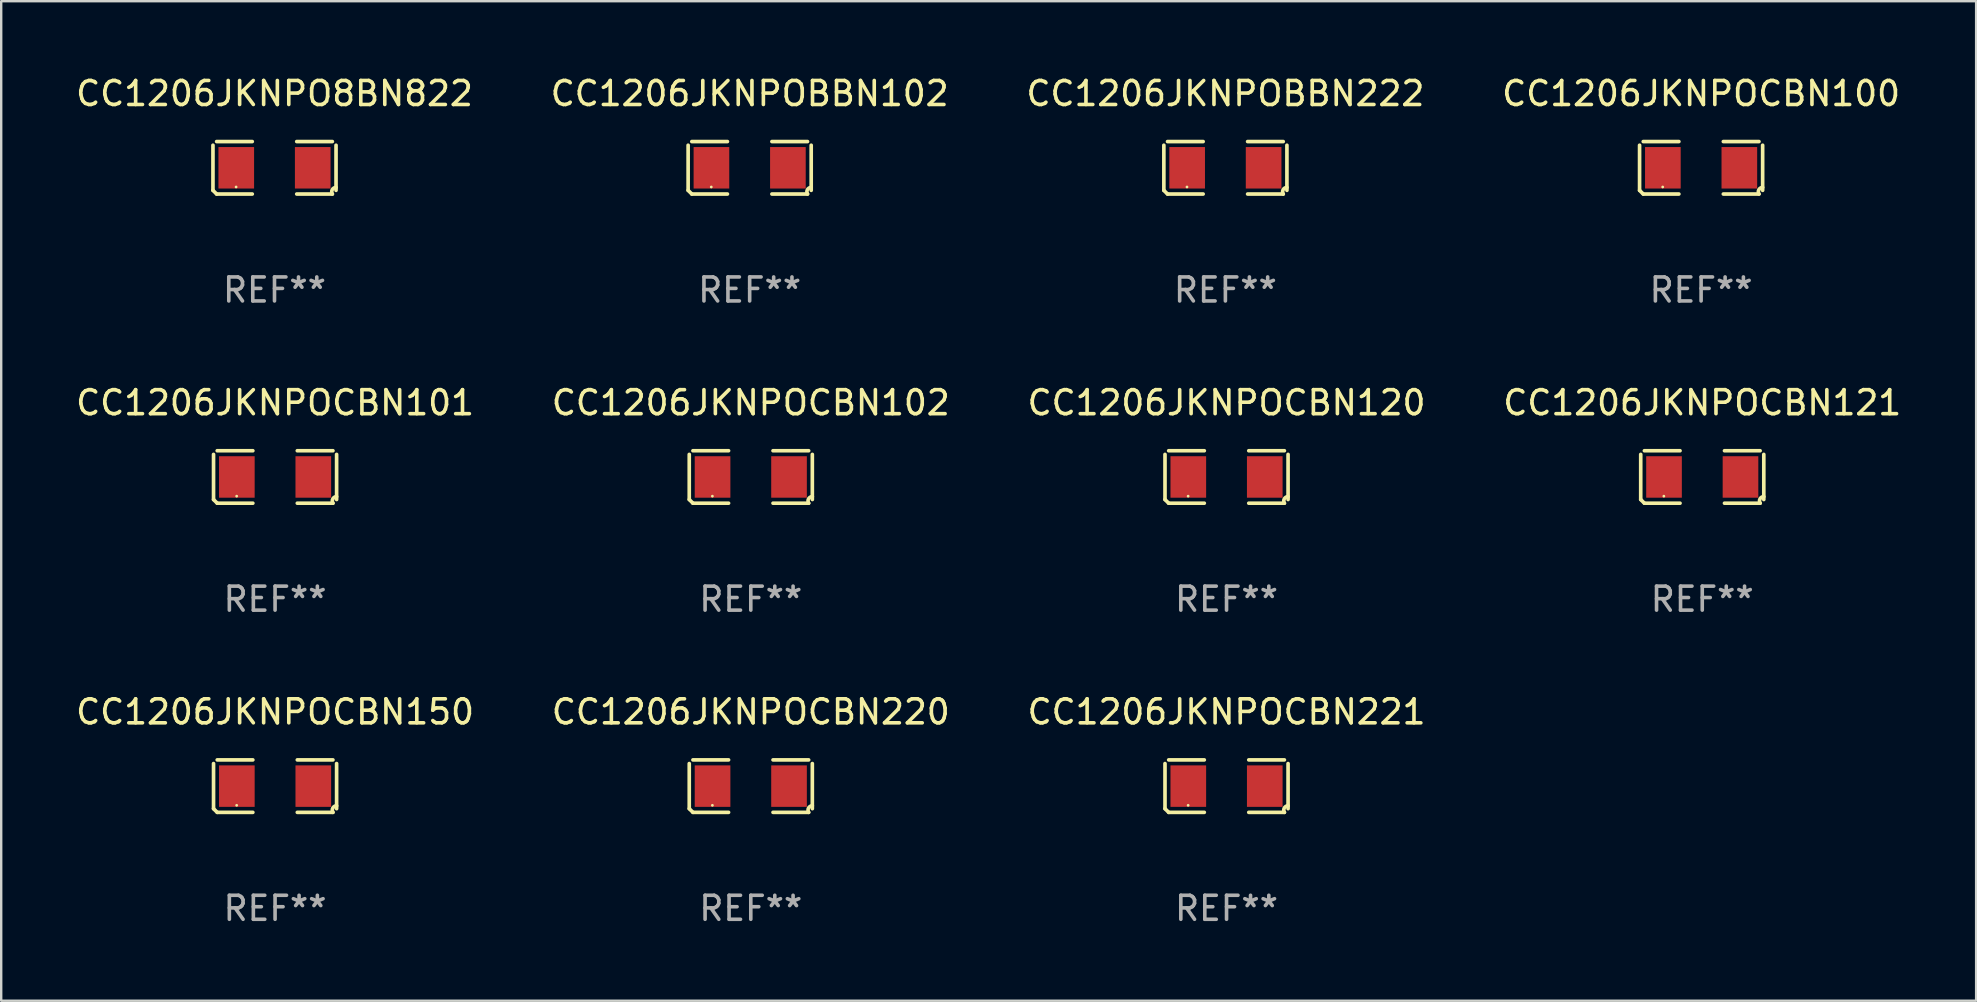
<source format=kicad_pcb>
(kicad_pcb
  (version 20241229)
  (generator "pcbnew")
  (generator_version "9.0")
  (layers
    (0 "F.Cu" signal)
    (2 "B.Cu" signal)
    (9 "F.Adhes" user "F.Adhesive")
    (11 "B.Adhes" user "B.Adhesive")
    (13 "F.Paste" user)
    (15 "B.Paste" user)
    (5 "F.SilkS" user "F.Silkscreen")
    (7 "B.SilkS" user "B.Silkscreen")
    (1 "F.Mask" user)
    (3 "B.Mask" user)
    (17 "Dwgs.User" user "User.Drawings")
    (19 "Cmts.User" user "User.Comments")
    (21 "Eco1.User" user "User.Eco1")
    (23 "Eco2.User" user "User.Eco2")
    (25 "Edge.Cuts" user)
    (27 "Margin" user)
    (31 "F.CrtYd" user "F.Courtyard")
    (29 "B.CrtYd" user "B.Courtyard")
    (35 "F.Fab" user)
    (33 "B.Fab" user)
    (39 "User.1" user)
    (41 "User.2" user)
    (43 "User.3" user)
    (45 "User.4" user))
  (footprint "CC1206JKNPOCBN150"
    (layer "F.Cu")
    (at 8.411 29.704)
    (property "Reference" "CC1206JKNPOCBN150" (at 0 -3.093 0) (layer "F.SilkS") (effects (font (size 1 1) (thickness 0.15))))
    (attr through_hole)
    (fp_line (start -2.564 0.94) (end -2.564 -0.94) (stroke (width 0.152) (type solid)) (layer "F.SilkS"))
    (fp_line (start -2.411 -1.093) (end -0.926 -1.093) (stroke (width 0.152) (type solid)) (layer "F.SilkS"))
    (fp_line (start -0.926 1.093) (end -2.411 1.093) (stroke (width 0.152) (type solid)) (layer "F.SilkS"))
    (fp_line (start 0.926 1.093) (end 2.411 1.093) (stroke (width 0.152) (type solid)) (layer "F.SilkS"))
    (fp_line (start 2.411 -1.093) (end 0.926 -1.093) (stroke (width 0.152) (type solid)) (layer "F.SilkS"))
    (fp_line (start 2.564 0.94) (end 2.564 -0.94) (stroke (width 0.152) (type solid)) (layer "F.SilkS"))
    (fp_arc (start -2.411201 1.092609) (mid -2.487413 1.01642) (end -2.563602 0.940208) (stroke (width 0.1524) (type solid)) (layer "F.SilkS"))
    (fp_arc (start 2.411201 1.092609) (mid 2.407159 0.911226) (end 2.563602 0.819347) (stroke (width 0.1524) (type solid)) (layer "F.SilkS"))
    (fp_circle (center -1.6 0.8) (end -1.57 0.8) (stroke (width 0.06) (type solid)) (fill no) (layer "F.SilkS"))
    (fp_text user "REF**" (at 0 5.093 0) (layer "F.Fab") (effects (font (size 1 1) (thickness 0.15))))
    (pad "1" smd rect (at -1.593 0) (size 1.485 1.728) (layers "F.Cu" "F.Mask" "F.Paste"))
    (pad "2" smd rect (at 1.593 0) (size 1.485 1.728) (layers "F.Cu" "F.Mask" "F.Paste")))
  (footprint "CC1206JKNPOCBN220"
    (layer "F.Cu")
    (at 28.232 29.704)
    (property "Reference" "CC1206JKNPOCBN220" (at 0 -3.093 0) (layer "F.SilkS") (effects (font (size 1 1) (thickness 0.15))))
    (attr through_hole)
    (fp_line (start -2.564 0.94) (end -2.564 -0.94) (stroke (width 0.152) (type solid)) (layer "F.SilkS"))
    (fp_line (start -2.411 -1.093) (end -0.926 -1.093) (stroke (width 0.152) (type solid)) (layer "F.SilkS"))
    (fp_line (start -0.926 1.093) (end -2.411 1.093) (stroke (width 0.152) (type solid)) (layer "F.SilkS"))
    (fp_line (start 0.926 1.093) (end 2.411 1.093) (stroke (width 0.152) (type solid)) (layer "F.SilkS"))
    (fp_line (start 2.411 -1.093) (end 0.926 -1.093) (stroke (width 0.152) (type solid)) (layer "F.SilkS"))
    (fp_line (start 2.564 0.94) (end 2.564 -0.94) (stroke (width 0.152) (type solid)) (layer "F.SilkS"))
    (fp_arc (start -2.411201 1.092609) (mid -2.487413 1.01642) (end -2.563602 0.940208) (stroke (width 0.1524) (type solid)) (layer "F.SilkS"))
    (fp_arc (start 2.411201 1.092609) (mid 2.407159 0.911226) (end 2.563602 0.819347) (stroke (width 0.1524) (type solid)) (layer "F.SilkS"))
    (fp_circle (center -1.6 0.8) (end -1.57 0.8) (stroke (width 0.06) (type solid)) (fill no) (layer "F.SilkS"))
    (fp_text user "REF**" (at 0 5.093 0) (layer "F.Fab") (effects (font (size 1 1) (thickness 0.15))))
    (pad "1" smd rect (at -1.593 0) (size 1.485 1.728) (layers "F.Cu" "F.Mask" "F.Paste"))
    (pad "2" smd rect (at 1.593 0) (size 1.485 1.728) (layers "F.Cu" "F.Mask" "F.Paste")))
  (footprint "CC1206JKNPO8BN822"
    (layer "F.Cu")
    (at 8.387 3.941)
    (property "Reference" "CC1206JKNPO8BN822" (at 0 -3.093 0) (layer "F.SilkS") (effects (font (size 1 1) (thickness 0.15))))
    (attr through_hole)
    (fp_line (start -2.564 0.94) (end -2.564 -0.94) (stroke (width 0.152) (type solid)) (layer "F.SilkS"))
    (fp_line (start -2.411 -1.093) (end -0.926 -1.093) (stroke (width 0.152) (type solid)) (layer "F.SilkS"))
    (fp_line (start -0.926 1.093) (end -2.411 1.093) (stroke (width 0.152) (type solid)) (layer "F.SilkS"))
    (fp_line (start 0.926 1.093) (end 2.411 1.093) (stroke (width 0.152) (type solid)) (layer "F.SilkS"))
    (fp_line (start 2.411 -1.093) (end 0.926 -1.093) (stroke (width 0.152) (type solid)) (layer "F.SilkS"))
    (fp_line (start 2.564 0.94) (end 2.564 -0.94) (stroke (width 0.152) (type solid)) (layer "F.SilkS"))
    (fp_arc (start -2.411201 1.092609) (mid -2.487413 1.01642) (end -2.563602 0.940208) (stroke (width 0.1524) (type solid)) (layer "F.SilkS"))
    (fp_arc (start 2.411201 1.092609) (mid 2.407159 0.911226) (end 2.563602 0.819347) (stroke (width 0.1524) (type solid)) (layer "F.SilkS"))
    (fp_circle (center -1.6 0.8) (end -1.57 0.8) (stroke (width 0.06) (type solid)) (fill no) (layer "F.SilkS"))
    (fp_text user "REF**" (at 0 5.093 0) (layer "F.Fab") (effects (font (size 1 1) (thickness 0.15))))
    (pad "1" smd rect (at -1.593 0) (size 1.485 1.728) (layers "F.Cu" "F.Mask" "F.Paste"))
    (pad "2" smd rect (at 1.593 0) (size 1.485 1.728) (layers "F.Cu" "F.Mask" "F.Paste")))
  (footprint "CC1206JKNPOCBN102"
    (layer "F.Cu")
    (at 28.232 16.823)
    (property "Reference" "CC1206JKNPOCBN102" (at 0 -3.093 0) (layer "F.SilkS") (effects (font (size 1 1) (thickness 0.15))))
    (attr through_hole)
    (fp_line (start -2.564 0.94) (end -2.564 -0.94) (stroke (width 0.152) (type solid)) (layer "F.SilkS"))
    (fp_line (start -2.411 -1.093) (end -0.926 -1.093) (stroke (width 0.152) (type solid)) (layer "F.SilkS"))
    (fp_line (start -0.926 1.093) (end -2.411 1.093) (stroke (width 0.152) (type solid)) (layer "F.SilkS"))
    (fp_line (start 0.926 1.093) (end 2.411 1.093) (stroke (width 0.152) (type solid)) (layer "F.SilkS"))
    (fp_line (start 2.411 -1.093) (end 0.926 -1.093) (stroke (width 0.152) (type solid)) (layer "F.SilkS"))
    (fp_line (start 2.564 0.94) (end 2.564 -0.94) (stroke (width 0.152) (type solid)) (layer "F.SilkS"))
    (fp_arc (start -2.411201 1.092609) (mid -2.487413 1.01642) (end -2.563602 0.940208) (stroke (width 0.1524) (type solid)) (layer "F.SilkS"))
    (fp_arc (start 2.411201 1.092609) (mid 2.407159 0.911226) (end 2.563602 0.819347) (stroke (width 0.1524) (type solid)) (layer "F.SilkS"))
    (fp_circle (center -1.6 0.8) (end -1.57 0.8) (stroke (width 0.06) (type solid)) (fill no) (layer "F.SilkS"))
    (fp_text user "REF**" (at 0 5.093 0) (layer "F.Fab") (effects (font (size 1 1) (thickness 0.15))))
    (pad "1" smd rect (at -1.593 0) (size 1.485 1.728) (layers "F.Cu" "F.Mask" "F.Paste"))
    (pad "2" smd rect (at 1.593 0) (size 1.485 1.728) (layers "F.Cu" "F.Mask" "F.Paste")))
  (footprint "CC1206JKNPOCBN221"
    (layer "F.Cu")
    (at 48.054 29.704)
    (property "Reference" "CC1206JKNPOCBN221" (at 0 -3.093 0) (layer "F.SilkS") (effects (font (size 1 1) (thickness 0.15))))
    (attr through_hole)
    (fp_line (start -2.564 0.94) (end -2.564 -0.94) (stroke (width 0.152) (type solid)) (layer "F.SilkS"))
    (fp_line (start -2.411 -1.093) (end -0.926 -1.093) (stroke (width 0.152) (type solid)) (layer "F.SilkS"))
    (fp_line (start -0.926 1.093) (end -2.411 1.093) (stroke (width 0.152) (type solid)) (layer "F.SilkS"))
    (fp_line (start 0.926 1.093) (end 2.411 1.093) (stroke (width 0.152) (type solid)) (layer "F.SilkS"))
    (fp_line (start 2.411 -1.093) (end 0.926 -1.093) (stroke (width 0.152) (type solid)) (layer "F.SilkS"))
    (fp_line (start 2.564 0.94) (end 2.564 -0.94) (stroke (width 0.152) (type solid)) (layer "F.SilkS"))
    (fp_arc (start -2.411201 1.092609) (mid -2.487413 1.01642) (end -2.563602 0.940208) (stroke (width 0.1524) (type solid)) (layer "F.SilkS"))
    (fp_arc (start 2.411201 1.092609) (mid 2.407159 0.911226) (end 2.563602 0.819347) (stroke (width 0.1524) (type solid)) (layer "F.SilkS"))
    (fp_circle (center -1.6 0.8) (end -1.57 0.8) (stroke (width 0.06) (type solid)) (fill no) (layer "F.SilkS"))
    (fp_text user "REF**" (at 0 5.093 0) (layer "F.Fab") (effects (font (size 1 1) (thickness 0.15))))
    (pad "1" smd rect (at -1.593 0) (size 1.485 1.728) (layers "F.Cu" "F.Mask" "F.Paste"))
    (pad "2" smd rect (at 1.593 0) (size 1.485 1.728) (layers "F.Cu" "F.Mask" "F.Paste")))
  (footprint "CC1206JKNPOCBN101"
    (layer "F.Cu")
    (at 8.411 16.823)
    (property "Reference" "CC1206JKNPOCBN101" (at 0 -3.093 0) (layer "F.SilkS") (effects (font (size 1 1) (thickness 0.15))))
    (attr through_hole)
    (fp_line (start -2.564 0.94) (end -2.564 -0.94) (stroke (width 0.152) (type solid)) (layer "F.SilkS"))
    (fp_line (start -2.411 -1.093) (end -0.926 -1.093) (stroke (width 0.152) (type solid)) (layer "F.SilkS"))
    (fp_line (start -0.926 1.093) (end -2.411 1.093) (stroke (width 0.152) (type solid)) (layer "F.SilkS"))
    (fp_line (start 0.926 1.093) (end 2.411 1.093) (stroke (width 0.152) (type solid)) (layer "F.SilkS"))
    (fp_line (start 2.411 -1.093) (end 0.926 -1.093) (stroke (width 0.152) (type solid)) (layer "F.SilkS"))
    (fp_line (start 2.564 0.94) (end 2.564 -0.94) (stroke (width 0.152) (type solid)) (layer "F.SilkS"))
    (fp_arc (start -2.411201 1.092609) (mid -2.487413 1.01642) (end -2.563602 0.940208) (stroke (width 0.1524) (type solid)) (layer "F.SilkS"))
    (fp_arc (start 2.411201 1.092609) (mid 2.407159 0.911226) (end 2.563602 0.819347) (stroke (width 0.1524) (type solid)) (layer "F.SilkS"))
    (fp_circle (center -1.6 0.8) (end -1.57 0.8) (stroke (width 0.06) (type solid)) (fill no) (layer "F.SilkS"))
    (fp_text user "REF**" (at 0 5.093 0) (layer "F.Fab") (effects (font (size 1 1) (thickness 0.15))))
    (pad "1" smd rect (at -1.593 0) (size 1.485 1.728) (layers "F.Cu" "F.Mask" "F.Paste"))
    (pad "2" smd rect (at 1.593 0) (size 1.485 1.728) (layers "F.Cu" "F.Mask" "F.Paste")))
  (footprint "CC1206JKNPOCBN121"
    (layer "F.Cu")
    (at 67.875 16.823)
    (property "Reference" "CC1206JKNPOCBN121" (at 0 -3.093 0) (layer "F.SilkS") (effects (font (size 1 1) (thickness 0.15))))
    (attr through_hole)
    (fp_line (start -2.564 0.94) (end -2.564 -0.94) (stroke (width 0.152) (type solid)) (layer "F.SilkS"))
    (fp_line (start -2.411 -1.093) (end -0.926 -1.093) (stroke (width 0.152) (type solid)) (layer "F.SilkS"))
    (fp_line (start -0.926 1.093) (end -2.411 1.093) (stroke (width 0.152) (type solid)) (layer "F.SilkS"))
    (fp_line (start 0.926 1.093) (end 2.411 1.093) (stroke (width 0.152) (type solid)) (layer "F.SilkS"))
    (fp_line (start 2.411 -1.093) (end 0.926 -1.093) (stroke (width 0.152) (type solid)) (layer "F.SilkS"))
    (fp_line (start 2.564 0.94) (end 2.564 -0.94) (stroke (width 0.152) (type solid)) (layer "F.SilkS"))
    (fp_arc (start -2.411201 1.092609) (mid -2.487413 1.01642) (end -2.563602 0.940208) (stroke (width 0.1524) (type solid)) (layer "F.SilkS"))
    (fp_arc (start 2.411201 1.092609) (mid 2.407159 0.911226) (end 2.563602 0.819347) (stroke (width 0.1524) (type solid)) (layer "F.SilkS"))
    (fp_circle (center -1.6 0.8) (end -1.57 0.8) (stroke (width 0.06) (type solid)) (fill no) (layer "F.SilkS"))
    (fp_text user "REF**" (at 0 5.093 0) (layer "F.Fab") (effects (font (size 1 1) (thickness 0.15))))
    (pad "1" smd rect (at -1.593 0) (size 1.485 1.728) (layers "F.Cu" "F.Mask" "F.Paste"))
    (pad "2" smd rect (at 1.593 0) (size 1.485 1.728) (layers "F.Cu" "F.Mask" "F.Paste")))
  (footprint "CC1206JKNPOBBN222"
    (layer "F.Cu")
    (at 48.006 3.941)
    (property "Reference" "CC1206JKNPOBBN222" (at 0 -3.093 0) (layer "F.SilkS") (effects (font (size 1 1) (thickness 0.15))))
    (attr through_hole)
    (fp_line (start -2.564 0.94) (end -2.564 -0.94) (stroke (width 0.152) (type solid)) (layer "F.SilkS"))
    (fp_line (start -2.411 -1.093) (end -0.926 -1.093) (stroke (width 0.152) (type solid)) (layer "F.SilkS"))
    (fp_line (start -0.926 1.093) (end -2.411 1.093) (stroke (width 0.152) (type solid)) (layer "F.SilkS"))
    (fp_line (start 0.926 1.093) (end 2.411 1.093) (stroke (width 0.152) (type solid)) (layer "F.SilkS"))
    (fp_line (start 2.411 -1.093) (end 0.926 -1.093) (stroke (width 0.152) (type solid)) (layer "F.SilkS"))
    (fp_line (start 2.564 0.94) (end 2.564 -0.94) (stroke (width 0.152) (type solid)) (layer "F.SilkS"))
    (fp_arc (start -2.411201 1.092609) (mid -2.487413 1.01642) (end -2.563602 0.940208) (stroke (width 0.1524) (type solid)) (layer "F.SilkS"))
    (fp_arc (start 2.411201 1.092609) (mid 2.407159 0.911226) (end 2.563602 0.819347) (stroke (width 0.1524) (type solid)) (layer "F.SilkS"))
    (fp_circle (center -1.6 0.8) (end -1.57 0.8) (stroke (width 0.06) (type solid)) (fill no) (layer "F.SilkS"))
    (fp_text user "REF**" (at 0 5.093 0) (layer "F.Fab") (effects (font (size 1 1) (thickness 0.15))))
    (pad "1" smd rect (at -1.593 0) (size 1.485 1.728) (layers "F.Cu" "F.Mask" "F.Paste"))
    (pad "2" smd rect (at 1.593 0) (size 1.485 1.728) (layers "F.Cu" "F.Mask" "F.Paste")))
  (footprint "CC1206JKNPOBBN102"
    (layer "F.Cu")
    (at 28.185 3.941)
    (property "Reference" "CC1206JKNPOBBN102" (at 0 -3.093 0) (layer "F.SilkS") (effects (font (size 1 1) (thickness 0.15))))
    (attr through_hole)
    (fp_line (start -2.564 0.94) (end -2.564 -0.94) (stroke (width 0.152) (type solid)) (layer "F.SilkS"))
    (fp_line (start -2.411 -1.093) (end -0.926 -1.093) (stroke (width 0.152) (type solid)) (layer "F.SilkS"))
    (fp_line (start -0.926 1.093) (end -2.411 1.093) (stroke (width 0.152) (type solid)) (layer "F.SilkS"))
    (fp_line (start 0.926 1.093) (end 2.411 1.093) (stroke (width 0.152) (type solid)) (layer "F.SilkS"))
    (fp_line (start 2.411 -1.093) (end 0.926 -1.093) (stroke (width 0.152) (type solid)) (layer "F.SilkS"))
    (fp_line (start 2.564 0.94) (end 2.564 -0.94) (stroke (width 0.152) (type solid)) (layer "F.SilkS"))
    (fp_arc (start -2.411201 1.092609) (mid -2.487413 1.01642) (end -2.563602 0.940208) (stroke (width 0.1524) (type solid)) (layer "F.SilkS"))
    (fp_arc (start 2.411201 1.092609) (mid 2.407159 0.911226) (end 2.563602 0.819347) (stroke (width 0.1524) (type solid)) (layer "F.SilkS"))
    (fp_circle (center -1.6 0.8) (end -1.57 0.8) (stroke (width 0.06) (type solid)) (fill no) (layer "F.SilkS"))
    (fp_text user "REF**" (at 0 5.093 0) (layer "F.Fab") (effects (font (size 1 1) (thickness 0.15))))
    (pad "1" smd rect (at -1.593 0) (size 1.485 1.728) (layers "F.Cu" "F.Mask" "F.Paste"))
    (pad "2" smd rect (at 1.593 0) (size 1.485 1.728) (layers "F.Cu" "F.Mask" "F.Paste")))
  (footprint "CC1206JKNPOCBN100"
    (layer "F.Cu")
    (at 67.827 3.941)
    (property "Reference" "CC1206JKNPOCBN100" (at 0 -3.093 0) (layer "F.SilkS") (effects (font (size 1 1) (thickness 0.15))))
    (attr through_hole)
    (fp_line (start -2.564 0.94) (end -2.564 -0.94) (stroke (width 0.152) (type solid)) (layer "F.SilkS"))
    (fp_line (start -2.411 -1.093) (end -0.926 -1.093) (stroke (width 0.152) (type solid)) (layer "F.SilkS"))
    (fp_line (start -0.926 1.093) (end -2.411 1.093) (stroke (width 0.152) (type solid)) (layer "F.SilkS"))
    (fp_line (start 0.926 1.093) (end 2.411 1.093) (stroke (width 0.152) (type solid)) (layer "F.SilkS"))
    (fp_line (start 2.411 -1.093) (end 0.926 -1.093) (stroke (width 0.152) (type solid)) (layer "F.SilkS"))
    (fp_line (start 2.564 0.94) (end 2.564 -0.94) (stroke (width 0.152) (type solid)) (layer "F.SilkS"))
    (fp_arc (start -2.411201 1.092609) (mid -2.487413 1.01642) (end -2.563602 0.940208) (stroke (width 0.1524) (type solid)) (layer "F.SilkS"))
    (fp_arc (start 2.411201 1.092609) (mid 2.407159 0.911226) (end 2.563602 0.819347) (stroke (width 0.1524) (type solid)) (layer "F.SilkS"))
    (fp_circle (center -1.6 0.8) (end -1.57 0.8) (stroke (width 0.06) (type solid)) (fill no) (layer "F.SilkS"))
    (fp_text user "REF**" (at 0 5.093 0) (layer "F.Fab") (effects (font (size 1 1) (thickness 0.15))))
    (pad "1" smd rect (at -1.593 0) (size 1.485 1.728) (layers "F.Cu" "F.Mask" "F.Paste"))
    (pad "2" smd rect (at 1.593 0) (size 1.485 1.728) (layers "F.Cu" "F.Mask" "F.Paste")))
  (footprint "CC1206JKNPOCBN120"
    (layer "F.Cu")
    (at 48.054 16.823)
    (property "Reference" "CC1206JKNPOCBN120" (at 0 -3.093 0) (layer "F.SilkS") (effects (font (size 1 1) (thickness 0.15))))
    (attr through_hole)
    (fp_line (start -2.564 0.94) (end -2.564 -0.94) (stroke (width 0.152) (type solid)) (layer "F.SilkS"))
    (fp_line (start -2.411 -1.093) (end -0.926 -1.093) (stroke (width 0.152) (type solid)) (layer "F.SilkS"))
    (fp_line (start -0.926 1.093) (end -2.411 1.093) (stroke (width 0.152) (type solid)) (layer "F.SilkS"))
    (fp_line (start 0.926 1.093) (end 2.411 1.093) (stroke (width 0.152) (type solid)) (layer "F.SilkS"))
    (fp_line (start 2.411 -1.093) (end 0.926 -1.093) (stroke (width 0.152) (type solid)) (layer "F.SilkS"))
    (fp_line (start 2.564 0.94) (end 2.564 -0.94) (stroke (width 0.152) (type solid)) (layer "F.SilkS"))
    (fp_arc (start -2.411201 1.092609) (mid -2.487413 1.01642) (end -2.563602 0.940208) (stroke (width 0.1524) (type solid)) (layer "F.SilkS"))
    (fp_arc (start 2.411201 1.092609) (mid 2.407159 0.911226) (end 2.563602 0.819347) (stroke (width 0.1524) (type solid)) (layer "F.SilkS"))
    (fp_circle (center -1.6 0.8) (end -1.57 0.8) (stroke (width 0.06) (type solid)) (fill no) (layer "F.SilkS"))
    (fp_text user "REF**" (at 0 5.093 0) (layer "F.Fab") (effects (font (size 1 1) (thickness 0.15))))
    (pad "1" smd rect (at -1.593 0) (size 1.485 1.728) (layers "F.Cu" "F.Mask" "F.Paste"))
    (pad "2" smd rect (at 1.593 0) (size 1.485 1.728) (layers "F.Cu" "F.Mask" "F.Paste")))
  (gr_rect
    (start -3 -3)
    (end 79.286 38.645)
    (stroke (width 0.1) (type default))
    (fill no)
    (layer "Edge.Cuts")))
</source>
